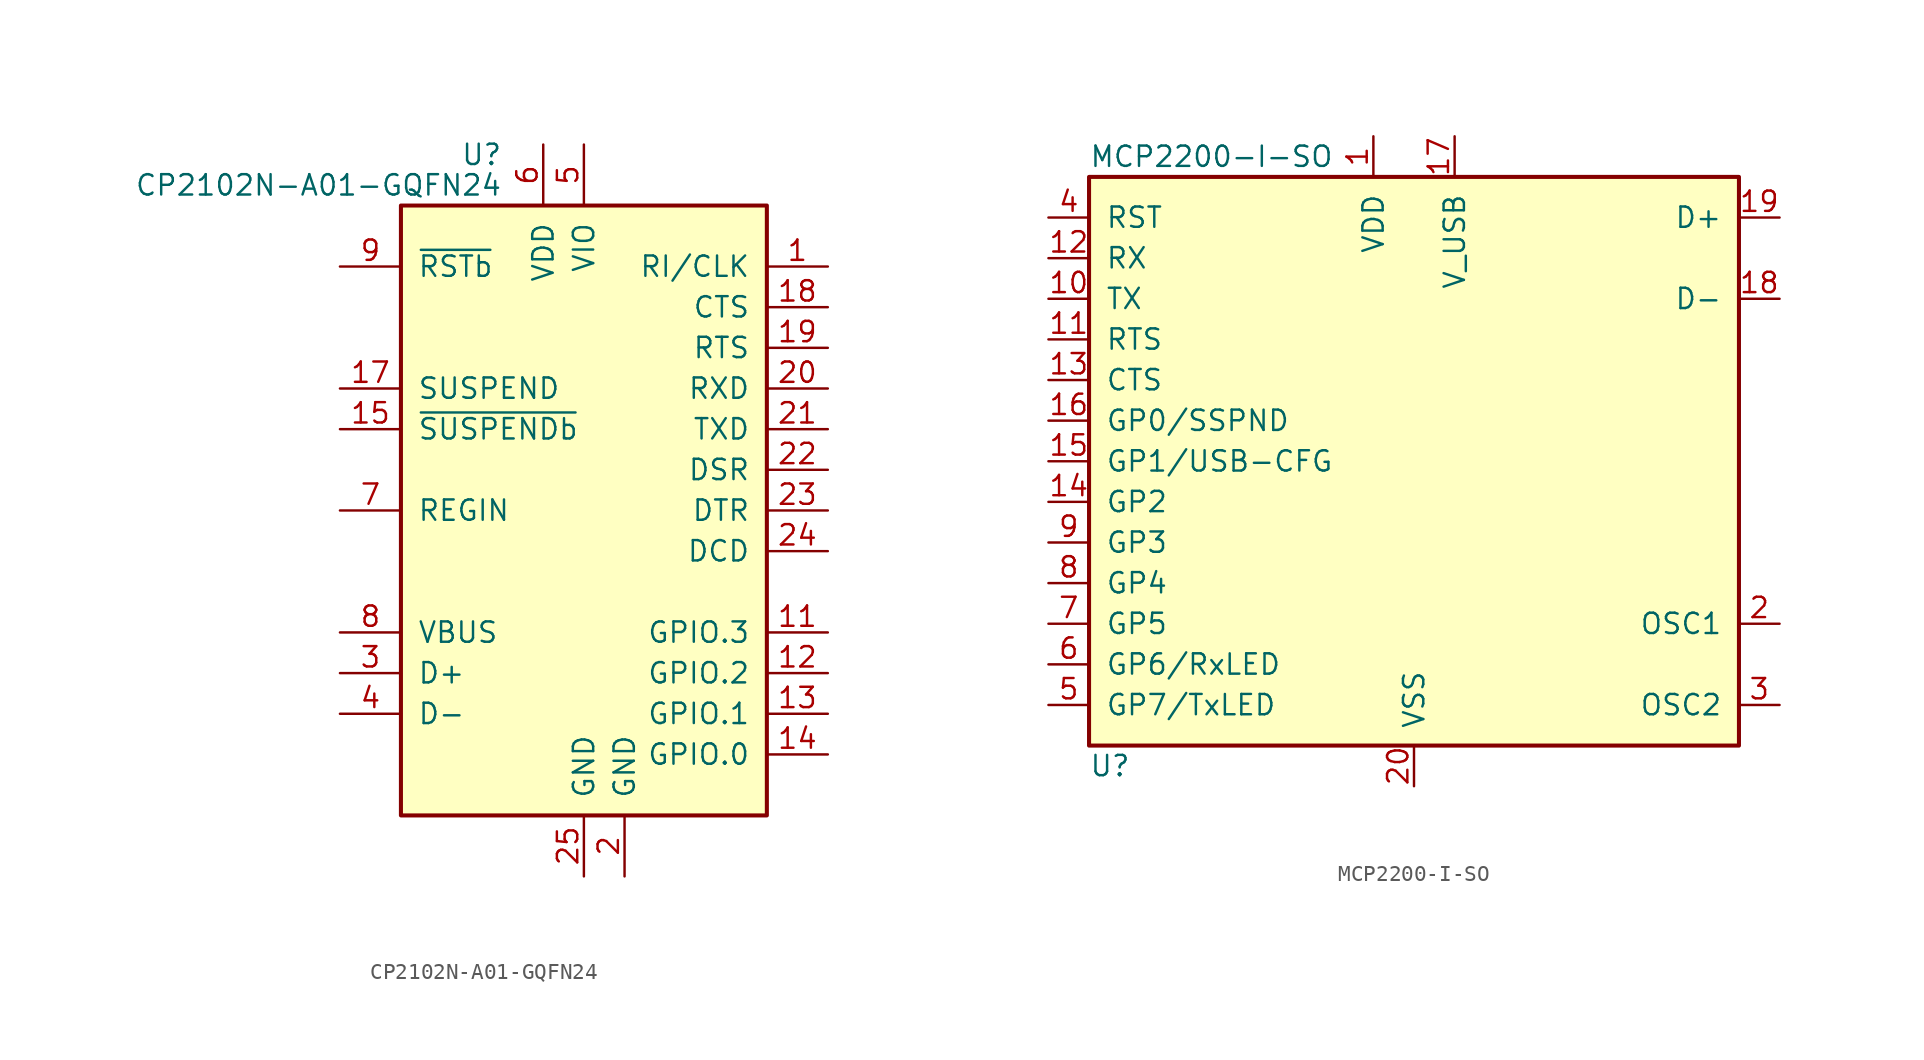
<source format=kicad_sym>
(kicad_symbol_lib
  (version 20211014)
  (generator kicad_symbol_editor)
  (symbol "CP2102N-A01-GQFN24"
    (pin_names
      (offset 1.016))
    (property "Reference" "U"
      (at -5.08 22.225 0)
      (effects (font (size 1.27 1.27)) (justify right)))
    (property "Value" "CP2102N-A01-GQFN24"
      (at -5.08 20.32 0)
      (effects (font (size 1.27 1.27)) (justify right)))
    (symbol "CP2102N-A01-GQFN24_0_1"
      (rectangle (start -11.43 19.05) (end 11.43 -19.05) (stroke (width 0.254) (type default) (color 0 0 0 0)) (fill (type background))))
    (symbol "CP2102N-A01-GQFN24_1_1"
      (pin bidirectional line (at 15.24 15.24 180) (length 3.81) (name "RI/CLK" (effects (font (size 1.27 1.27)))) (number "1" (effects (font (size 1.27 1.27)))))
      (pin no_connect line (at 10.16 -22.86 90) (length 3.81) hide (name "NC" (effects (font (size 1.27 1.27)))) (number "10" (effects (font (size 1.27 1.27)))))
      (pin bidirectional line (at 15.24 -7.62 180) (length 3.81) (name "GPIO.3" (effects (font (size 1.27 1.27)))) (number "11" (effects (font (size 1.27 1.27)))))
      (pin bidirectional line (at 15.24 -10.16 180) (length 3.81) (name "GPIO.2" (effects (font (size 1.27 1.27)))) (number "12" (effects (font (size 1.27 1.27)))))
      (pin bidirectional line (at 15.24 -12.7 180) (length 3.81) (name "GPIO.1" (effects (font (size 1.27 1.27)))) (number "13" (effects (font (size 1.27 1.27)))))
      (pin bidirectional line (at 15.24 -15.24 180) (length 3.81) (name "GPIO.0" (effects (font (size 1.27 1.27)))) (number "14" (effects (font (size 1.27 1.27)))))
      (pin output line (at -15.24 5.08 0) (length 3.81) (name "~{SUSPENDb}" (effects (font (size 1.27 1.27)))) (number "15" (effects (font (size 1.27 1.27)))))
      (pin no_connect line (at 7.62 -22.86 90) (length 3.81) hide (name "NC" (effects (font (size 1.27 1.27)))) (number "16" (effects (font (size 1.27 1.27)))))
      (pin output line (at -15.24 7.62 0) (length 3.81) (name "SUSPEND" (effects (font (size 1.27 1.27)))) (number "17" (effects (font (size 1.27 1.27)))))
      (pin input line (at 15.24 12.7 180) (length 3.81) (name "CTS" (effects (font (size 1.27 1.27)))) (number "18" (effects (font (size 1.27 1.27)))))
      (pin output line (at 15.24 10.16 180) (length 3.81) (name "RTS" (effects (font (size 1.27 1.27)))) (number "19" (effects (font (size 1.27 1.27)))))
      (pin power_in line (at 2.54 -22.86 90) (length 3.81) (name "GND" (effects (font (size 1.27 1.27)))) (number "2" (effects (font (size 1.27 1.27)))))
      (pin input line (at 15.24 7.62 180) (length 3.81) (name "RXD" (effects (font (size 1.27 1.27)))) (number "20" (effects (font (size 1.27 1.27)))))
      (pin output line (at 15.24 5.08 180) (length 3.81) (name "TXD" (effects (font (size 1.27 1.27)))) (number "21" (effects (font (size 1.27 1.27)))))
      (pin input line (at 15.24 2.54 180) (length 3.81) (name "DSR" (effects (font (size 1.27 1.27)))) (number "22" (effects (font (size 1.27 1.27)))))
      (pin output line (at 15.24 0 180) (length 3.81) (name "DTR" (effects (font (size 1.27 1.27)))) (number "23" (effects (font (size 1.27 1.27)))))
      (pin input line (at 15.24 -2.54 180) (length 3.81) (name "DCD" (effects (font (size 1.27 1.27)))) (number "24" (effects (font (size 1.27 1.27)))))
      (pin power_in line (at 0 -22.86 90) (length 3.81) (name "GND" (effects (font (size 1.27 1.27)))) (number "25" (effects (font (size 1.27 1.27)))))
      (pin bidirectional line (at -15.24 -10.16 0) (length 3.81) (name "D+" (effects (font (size 1.27 1.27)))) (number "3" (effects (font (size 1.27 1.27)))))
      (pin bidirectional line (at -15.24 -12.7 0) (length 3.81) (name "D-" (effects (font (size 1.27 1.27)))) (number "4" (effects (font (size 1.27 1.27)))))
      (pin power_in line (at 0 22.86 270) (length 3.81) (name "VIO" (effects (font (size 1.27 1.27)))) (number "5" (effects (font (size 1.27 1.27)))))
      (pin power_in line (at -2.54 22.86 270) (length 3.81) (name "VDD" (effects (font (size 1.27 1.27)))) (number "6" (effects (font (size 1.27 1.27)))))
      (pin power_in line (at -15.24 0 0) (length 3.81) (name "REGIN" (effects (font (size 1.27 1.27)))) (number "7" (effects (font (size 1.27 1.27)))))
      (pin input line (at -15.24 -7.62 0) (length 3.81) (name "VBUS" (effects (font (size 1.27 1.27)))) (number "8" (effects (font (size 1.27 1.27)))))
      (pin input line (at -15.24 15.24 0) (length 3.81) (name "~{RSTb}" (effects (font (size 1.27 1.27)))) (number "9" (effects (font (size 1.27 1.27)))))))
  (symbol "MCP2200-I-SO"
    (pin_names
      (offset 1.016))
    (property "Reference" "U"
      (at -20.32 -19.05 0)
      (effects (font (size 1.27 1.27)) (justify left)))
    (property "Value" "MCP2200-I-SO"
      (at -20.32 19.05 0)
      (effects (font (size 1.27 1.27)) (justify left)))
    (symbol "MCP2200-I-SO_0_1"
      (rectangle (start -20.32 17.78) (end 20.32 -17.78) (stroke (width 0.254) (type default) (color 0 0 0 0)) (fill (type background))))
    (symbol "MCP2200-I-SO_1_1"
      (pin power_in line (at -2.54 20.32 270) (length 2.54) (name "VDD" (effects (font (size 1.27 1.27)))) (number "1" (effects (font (size 1.27 1.27)))))
      (pin output line (at -22.86 10.16 0) (length 2.54) (name "TX" (effects (font (size 1.27 1.27)))) (number "10" (effects (font (size 1.27 1.27)))))
      (pin output line (at -22.86 7.62 0) (length 2.54) (name "RTS" (effects (font (size 1.27 1.27)))) (number "11" (effects (font (size 1.27 1.27)))))
      (pin input line (at -22.86 12.7 0) (length 2.54) (name "RX" (effects (font (size 1.27 1.27)))) (number "12" (effects (font (size 1.27 1.27)))))
      (pin input line (at -22.86 5.08 0) (length 2.54) (name "CTS" (effects (font (size 1.27 1.27)))) (number "13" (effects (font (size 1.27 1.27)))))
      (pin bidirectional line (at -22.86 -2.54 0) (length 2.54) (name "GP2" (effects (font (size 1.27 1.27)))) (number "14" (effects (font (size 1.27 1.27)))))
      (pin bidirectional line (at -22.86 0 0) (length 2.54) (name "GP1/USB-CFG" (effects (font (size 1.27 1.27)))) (number "15" (effects (font (size 1.27 1.27)))))
      (pin bidirectional line (at -22.86 2.54 0) (length 2.54) (name "GP0/SSPND" (effects (font (size 1.27 1.27)))) (number "16" (effects (font (size 1.27 1.27)))))
      (pin power_in line (at 2.54 20.32 270) (length 2.54) (name "V_USB" (effects (font (size 1.27 1.27)))) (number "17" (effects (font (size 1.27 1.27)))))
      (pin bidirectional line (at 22.86 10.16 180) (length 2.54) (name "D-" (effects (font (size 1.27 1.27)))) (number "18" (effects (font (size 1.27 1.27)))))
      (pin bidirectional line (at 22.86 15.24 180) (length 2.54) (name "D+" (effects (font (size 1.27 1.27)))) (number "19" (effects (font (size 1.27 1.27)))))
      (pin input line (at 22.86 -10.16 180) (length 2.54) (name "OSC1" (effects (font (size 1.27 1.27)))) (number "2" (effects (font (size 1.27 1.27)))))
      (pin power_in line (at 0 -20.32 90) (length 2.54) (name "VSS" (effects (font (size 1.27 1.27)))) (number "20" (effects (font (size 1.27 1.27)))))
      (pin output line (at 22.86 -15.24 180) (length 2.54) (name "OSC2" (effects (font (size 1.27 1.27)))) (number "3" (effects (font (size 1.27 1.27)))))
      (pin input line (at -22.86 15.24 0) (length 2.54) (name "RST" (effects (font (size 1.27 1.27)))) (number "4" (effects (font (size 1.27 1.27)))))
      (pin bidirectional line (at -22.86 -15.24 0) (length 2.54) (name "GP7/TxLED" (effects (font (size 1.27 1.27)))) (number "5" (effects (font (size 1.27 1.27)))))
      (pin bidirectional line (at -22.86 -12.7 0) (length 2.54) (name "GP6/RxLED" (effects (font (size 1.27 1.27)))) (number "6" (effects (font (size 1.27 1.27)))))
      (pin bidirectional line (at -22.86 -10.16 0) (length 2.54) (name "GP5" (effects (font (size 1.27 1.27)))) (number "7" (effects (font (size 1.27 1.27)))))
      (pin bidirectional line (at -22.86 -7.62 0) (length 2.54) (name "GP4" (effects (font (size 1.27 1.27)))) (number "8" (effects (font (size 1.27 1.27)))))
      (pin bidirectional line (at -22.86 -5.08 0) (length 2.54) (name "GP3" (effects (font (size 1.27 1.27)))) (number "9" (effects (font (size 1.27 1.27))))))))
</source>
